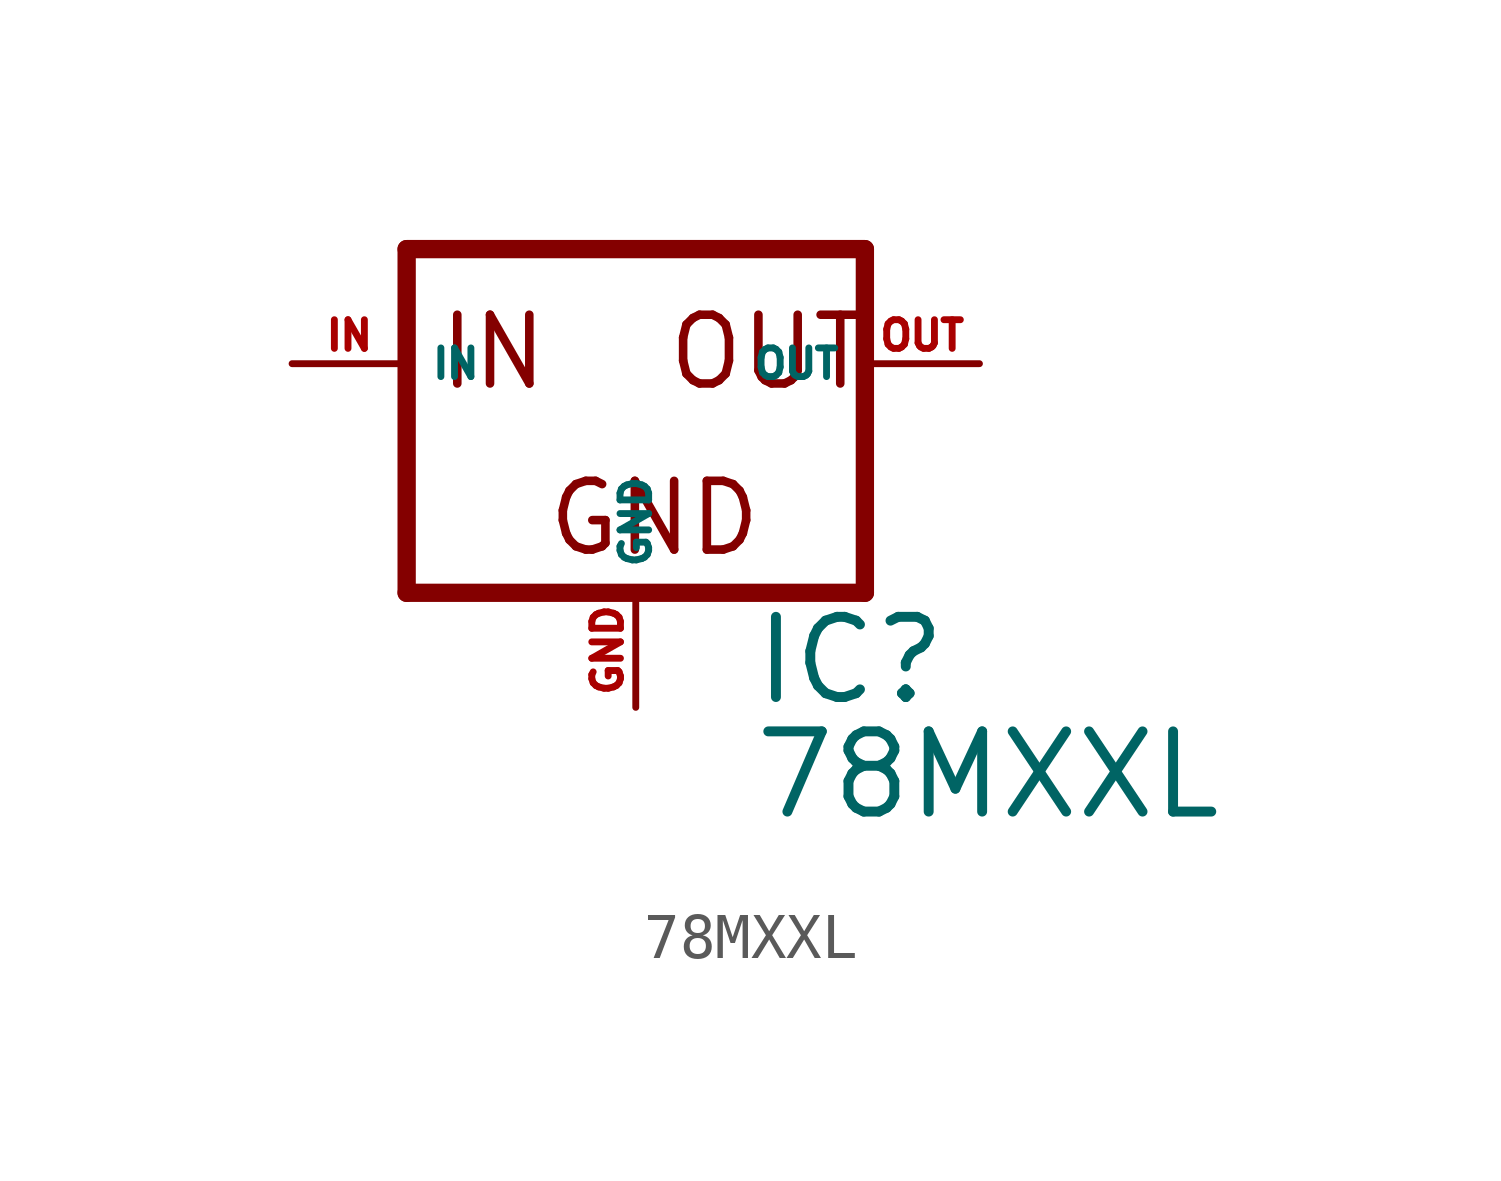
<source format=kicad_sym>
(kicad_symbol_lib
  (version 20220914)
  (generator Eagle2Kicad)
  (symbol "78MXXL"
    (property "Reference" "IC"
      (at 2.54 -7.62 0)
      (effects (font (size 1.778 1.778) (thickness 0.22)) (justify left bottom)))
    (property "Value" "78MXXL"
      (at 2.54 -10.16 0)
      (effects (font (size 1.778 1.778) (thickness 0.22)) (justify left bottom)))
    (polyline
      (pts (xy -5.08 -5.08) (xy 5.08 -5.08))
      (stroke (width 0.406) (type default))
      (fill (type none)))
    (polyline
      (pts (xy 5.08 -5.08) (xy 5.08 2.54))
      (stroke (width 0.406) (type default))
      (fill (type none)))
    (polyline
      (pts (xy 5.08 2.54) (xy -5.08 2.54))
      (stroke (width 0.406) (type default))
      (fill (type none)))
    (polyline
      (pts (xy -5.08 2.54) (xy -5.08 -5.08))
      (stroke (width 0.406) (type default))
      (fill (type none)))
    (text "GND"
      (at -2.032 -4.318 0)
      (effects (font (size 1.524 1.524) (thickness 0.19)) (justify left bottom)))
    (text "IN"
      (at -4.445 -0.635 0)
      (effects (font (size 1.524 1.524) (thickness 0.19)) (justify left bottom)))
    (text "OUT"
      (at 0.635 -0.635 0)
      (effects (font (size 1.524 1.524) (thickness 0.19)) (justify left bottom)))
    (pin input line
      (at -7.62 0 0)
      (length 2.54)
      (name "IN" (effects (font (size 0.635 0.635) (thickness 0.08)) (justify left bottom)))
      (number "IN" (effects (font (size 0.635 0.635) (thickness 0.08)) (justify left bottom))))
    (pin input line
      (at 0 -7.62 90)
      (length 2.54)
      (name "GND" (effects (font (size 0.635 0.635) (thickness 0.08)) (justify left bottom)))
      (number "GND" (effects (font (size 0.635 0.635) (thickness 0.08)) (justify left bottom))))
    (pin passive line
      (at 7.62 0 180)
      (length 2.54)
      (name "OUT" (effects (font (size 0.635 0.635) (thickness 0.08)) (justify left bottom)))
      (number "OUT" (effects (font (size 0.635 0.635) (thickness 0.08)) (justify left bottom))))))
</source>
